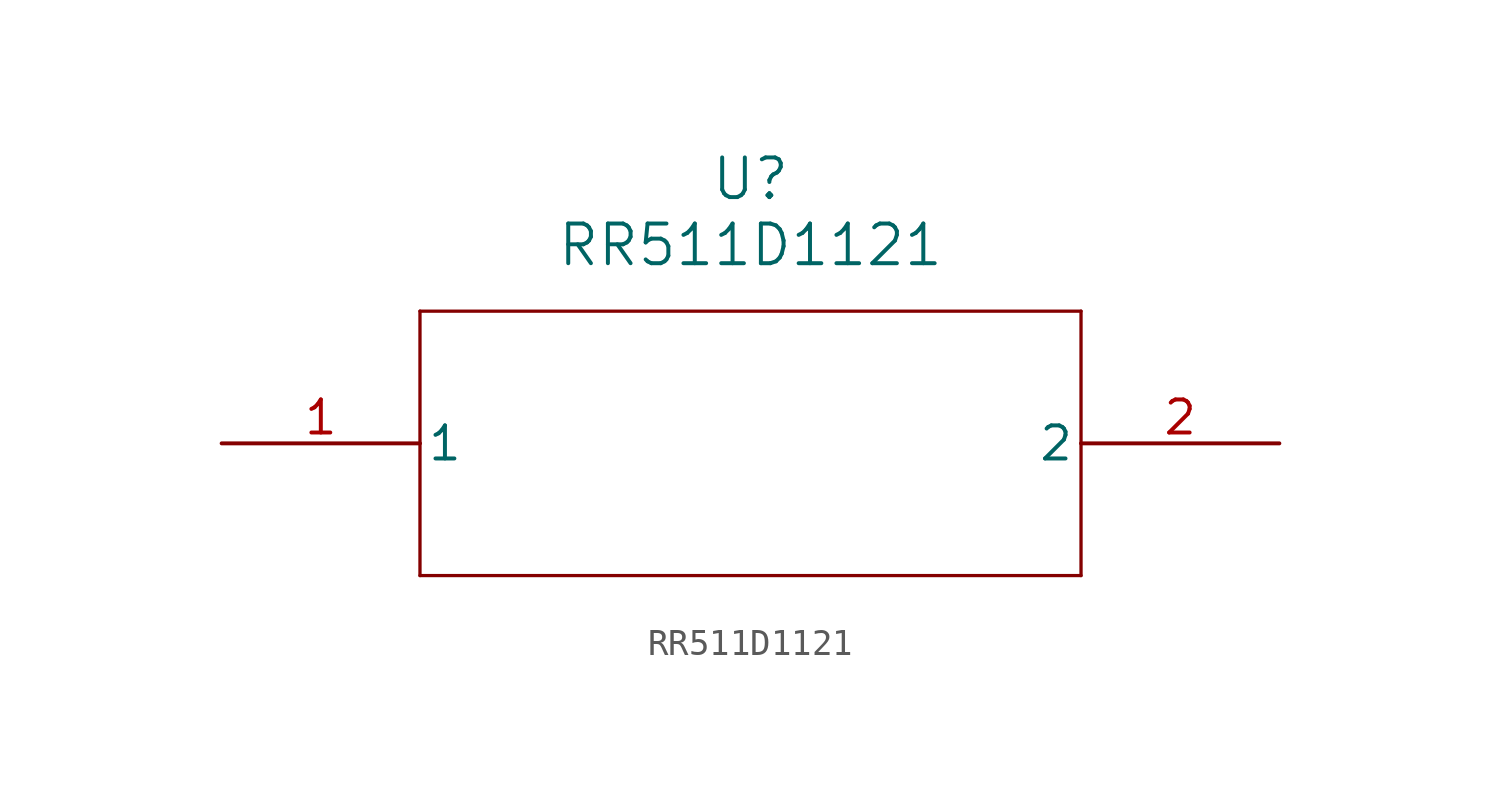
<source format=kicad_sym>
(kicad_symbol_lib
  (version 20211014)
  (generator kicad_symbol_editor)
  (symbol "RR511D1121"
    (pin_names
      (offset 0.254))
    (property "Reference" "U"
      (at 20.32 10.16 0)
      (effects (font (size 1.524 1.524))))
    (property "Value" "RR511D1121"
      (at 20.32 7.62 0)
      (effects (font (size 1.524 1.524))))
    (polyline
      (pts (xy 7.62 5.08) (xy 7.62 -5.08))
      (stroke (width 0.127) (type default) (color 0 0 0 0))
      (fill (type none)))
    (polyline
      (pts (xy 7.62 -5.08) (xy 33.02 -5.08))
      (stroke (width 0.127) (type default) (color 0 0 0 0))
      (fill (type none)))
    (polyline
      (pts (xy 33.02 -5.08) (xy 33.02 5.08))
      (stroke (width 0.127) (type default) (color 0 0 0 0))
      (fill (type none)))
    (polyline
      (pts (xy 33.02 5.08) (xy 7.62 5.08))
      (stroke (width 0.127) (type default) (color 0 0 0 0))
      (fill (type none)))
    (pin unspecified line
      (at 0 0 0)
      (length 7.62)
      (name "1" (effects (font (size 1.27 1.27))))
      (number "1" (effects (font (size 1.27 1.27)))))
    (pin unspecified line
      (at 40.64 0 180)
      (length 7.62)
      (name "2" (effects (font (size 1.27 1.27))))
      (number "2" (effects (font (size 1.27 1.27)))))))
</source>
